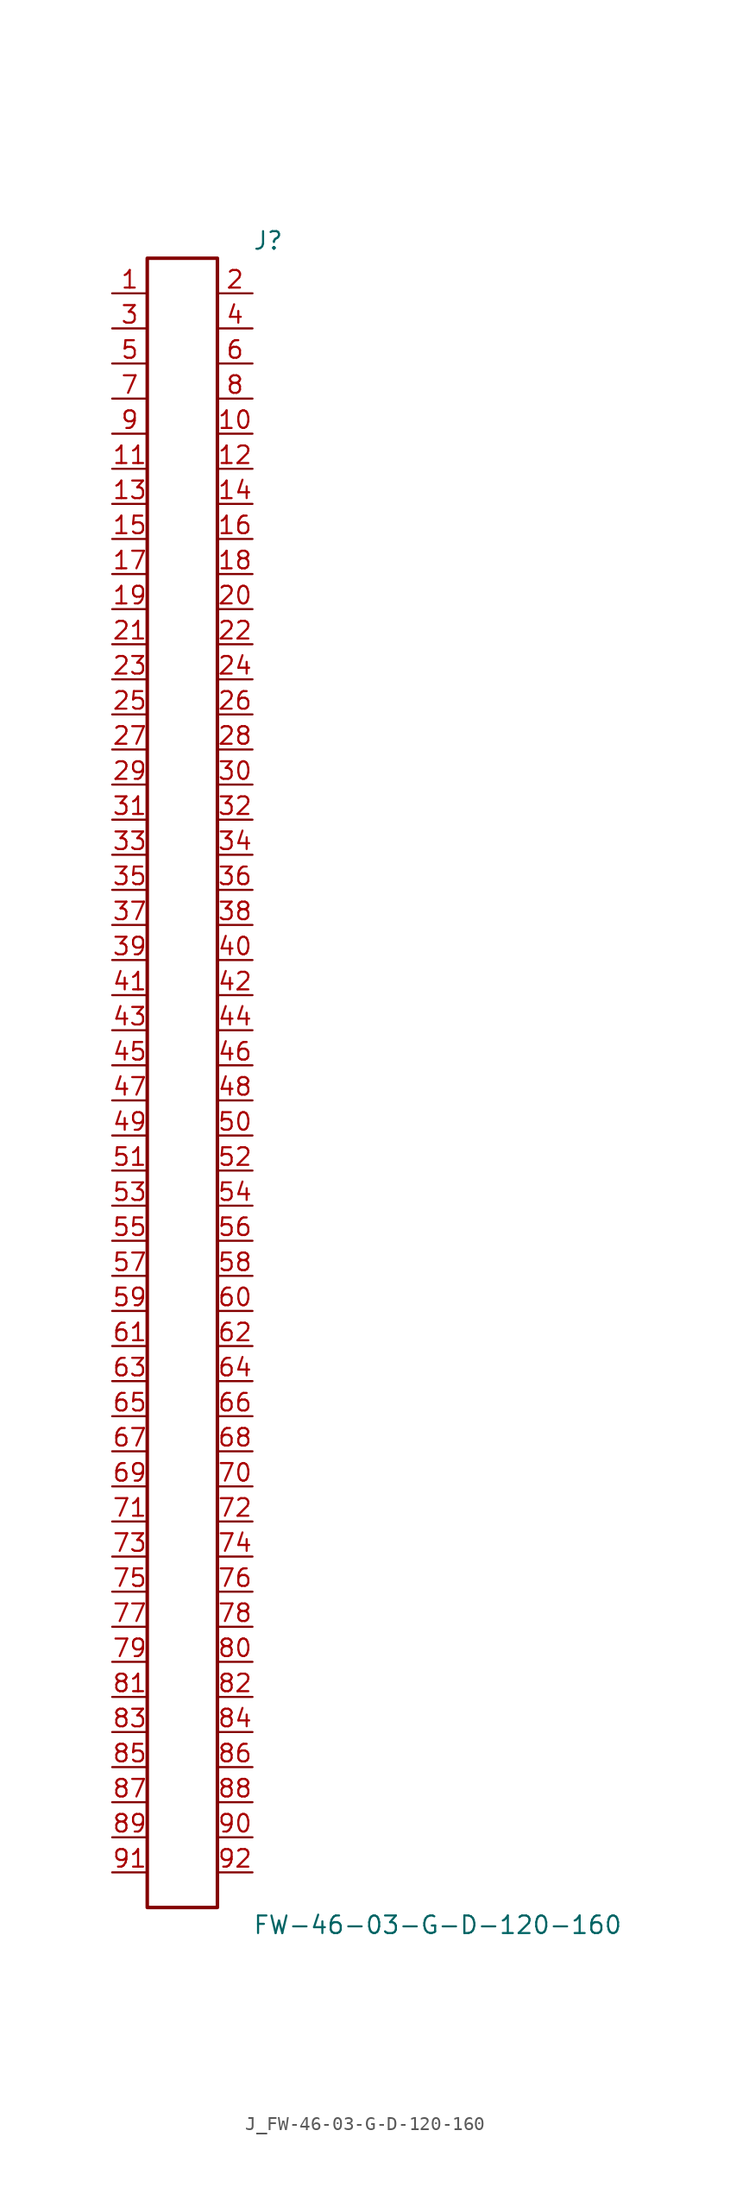
<source format=kicad_sym>
(kicad_symbol_lib
  (version 20231120)
  (generator kicad_symbol_editor)
  (generator_version 8.0)
  (symbol "J_FW-46-03-G-D-120-160"
    (pin_names
      (offset 0.254))
    (property "Reference" "J"
      (at 5.08 60.96 0)
      (effects (font (size 1.27 1.27)) (justify left)))
    (property "Value" "FW-46-03-G-D-120-160"
      (at 5.08 -60.96 0)
      (effects (font (size 1.27 1.27)) (justify left)))
    (symbol "J_FW-46-03-G-D-120-160_0_0"
      (pin passive line (at -5.08 57.15 0) (length 2.54) (name "" (effects (font (size 1.27 1.27)))) (number "1" (effects (font (size 1.27 1.27)))))
      (pin passive line (at 5.08 57.15 180) (length 2.54) (name "" (effects (font (size 1.27 1.27)))) (number "2" (effects (font (size 1.27 1.27)))))
      (pin passive line (at -5.08 54.61 0) (length 2.54) (name "" (effects (font (size 1.27 1.27)))) (number "3" (effects (font (size 1.27 1.27)))))
      (pin passive line (at 5.08 54.61 180) (length 2.54) (name "" (effects (font (size 1.27 1.27)))) (number "4" (effects (font (size 1.27 1.27)))))
      (pin passive line (at -5.08 52.07 0) (length 2.54) (name "" (effects (font (size 1.27 1.27)))) (number "5" (effects (font (size 1.27 1.27)))))
      (pin passive line (at 5.08 52.07 180) (length 2.54) (name "" (effects (font (size 1.27 1.27)))) (number "6" (effects (font (size 1.27 1.27)))))
      (pin passive line (at -5.08 49.53 0) (length 2.54) (name "" (effects (font (size 1.27 1.27)))) (number "7" (effects (font (size 1.27 1.27)))))
      (pin passive line (at 5.08 49.53 180) (length 2.54) (name "" (effects (font (size 1.27 1.27)))) (number "8" (effects (font (size 1.27 1.27)))))
      (pin passive line (at -5.08 46.99 0) (length 2.54) (name "" (effects (font (size 1.27 1.27)))) (number "9" (effects (font (size 1.27 1.27)))))
      (pin passive line (at 5.08 46.99 180) (length 2.54) (name "" (effects (font (size 1.27 1.27)))) (number "10" (effects (font (size 1.27 1.27)))))
      (pin passive line (at -5.08 44.45 0) (length 2.54) (name "" (effects (font (size 1.27 1.27)))) (number "11" (effects (font (size 1.27 1.27)))))
      (pin passive line (at 5.08 44.45 180) (length 2.54) (name "" (effects (font (size 1.27 1.27)))) (number "12" (effects (font (size 1.27 1.27)))))
      (pin passive line (at -5.08 41.91 0) (length 2.54) (name "" (effects (font (size 1.27 1.27)))) (number "13" (effects (font (size 1.27 1.27)))))
      (pin passive line (at 5.08 41.91 180) (length 2.54) (name "" (effects (font (size 1.27 1.27)))) (number "14" (effects (font (size 1.27 1.27)))))
      (pin passive line (at -5.08 39.37 0) (length 2.54) (name "" (effects (font (size 1.27 1.27)))) (number "15" (effects (font (size 1.27 1.27)))))
      (pin passive line (at 5.08 39.37 180) (length 2.54) (name "" (effects (font (size 1.27 1.27)))) (number "16" (effects (font (size 1.27 1.27)))))
      (pin passive line (at -5.08 36.83 0) (length 2.54) (name "" (effects (font (size 1.27 1.27)))) (number "17" (effects (font (size 1.27 1.27)))))
      (pin passive line (at 5.08 36.83 180) (length 2.54) (name "" (effects (font (size 1.27 1.27)))) (number "18" (effects (font (size 1.27 1.27)))))
      (pin passive line (at -5.08 34.29 0) (length 2.54) (name "" (effects (font (size 1.27 1.27)))) (number "19" (effects (font (size 1.27 1.27)))))
      (pin passive line (at 5.08 34.29 180) (length 2.54) (name "" (effects (font (size 1.27 1.27)))) (number "20" (effects (font (size 1.27 1.27)))))
      (pin passive line (at -5.08 31.75 0) (length 2.54) (name "" (effects (font (size 1.27 1.27)))) (number "21" (effects (font (size 1.27 1.27)))))
      (pin passive line (at 5.08 31.75 180) (length 2.54) (name "" (effects (font (size 1.27 1.27)))) (number "22" (effects (font (size 1.27 1.27)))))
      (pin passive line (at -5.08 29.21 0) (length 2.54) (name "" (effects (font (size 1.27 1.27)))) (number "23" (effects (font (size 1.27 1.27)))))
      (pin passive line (at 5.08 29.21 180) (length 2.54) (name "" (effects (font (size 1.27 1.27)))) (number "24" (effects (font (size 1.27 1.27)))))
      (pin passive line (at -5.08 26.67 0) (length 2.54) (name "" (effects (font (size 1.27 1.27)))) (number "25" (effects (font (size 1.27 1.27)))))
      (pin passive line (at 5.08 26.67 180) (length 2.54) (name "" (effects (font (size 1.27 1.27)))) (number "26" (effects (font (size 1.27 1.27)))))
      (pin passive line (at -5.08 24.13 0) (length 2.54) (name "" (effects (font (size 1.27 1.27)))) (number "27" (effects (font (size 1.27 1.27)))))
      (pin passive line (at 5.08 24.13 180) (length 2.54) (name "" (effects (font (size 1.27 1.27)))) (number "28" (effects (font (size 1.27 1.27)))))
      (pin passive line (at -5.08 21.59 0) (length 2.54) (name "" (effects (font (size 1.27 1.27)))) (number "29" (effects (font (size 1.27 1.27)))))
      (pin passive line (at 5.08 21.59 180) (length 2.54) (name "" (effects (font (size 1.27 1.27)))) (number "30" (effects (font (size 1.27 1.27)))))
      (pin passive line (at -5.08 19.05 0) (length 2.54) (name "" (effects (font (size 1.27 1.27)))) (number "31" (effects (font (size 1.27 1.27)))))
      (pin passive line (at 5.08 19.05 180) (length 2.54) (name "" (effects (font (size 1.27 1.27)))) (number "32" (effects (font (size 1.27 1.27)))))
      (pin passive line (at -5.08 16.51 0) (length 2.54) (name "" (effects (font (size 1.27 1.27)))) (number "33" (effects (font (size 1.27 1.27)))))
      (pin passive line (at 5.08 16.51 180) (length 2.54) (name "" (effects (font (size 1.27 1.27)))) (number "34" (effects (font (size 1.27 1.27)))))
      (pin passive line (at -5.08 13.97 0) (length 2.54) (name "" (effects (font (size 1.27 1.27)))) (number "35" (effects (font (size 1.27 1.27)))))
      (pin passive line (at 5.08 13.97 180) (length 2.54) (name "" (effects (font (size 1.27 1.27)))) (number "36" (effects (font (size 1.27 1.27)))))
      (pin passive line (at -5.08 11.43 0) (length 2.54) (name "" (effects (font (size 1.27 1.27)))) (number "37" (effects (font (size 1.27 1.27)))))
      (pin passive line (at 5.08 11.43 180) (length 2.54) (name "" (effects (font (size 1.27 1.27)))) (number "38" (effects (font (size 1.27 1.27)))))
      (pin passive line (at -5.08 8.89 0) (length 2.54) (name "" (effects (font (size 1.27 1.27)))) (number "39" (effects (font (size 1.27 1.27)))))
      (pin passive line (at 5.08 8.89 180) (length 2.54) (name "" (effects (font (size 1.27 1.27)))) (number "40" (effects (font (size 1.27 1.27)))))
      (pin passive line (at -5.08 6.35 0) (length 2.54) (name "" (effects (font (size 1.27 1.27)))) (number "41" (effects (font (size 1.27 1.27)))))
      (pin passive line (at 5.08 6.35 180) (length 2.54) (name "" (effects (font (size 1.27 1.27)))) (number "42" (effects (font (size 1.27 1.27)))))
      (pin passive line (at -5.08 3.81 0) (length 2.54) (name "" (effects (font (size 1.27 1.27)))) (number "43" (effects (font (size 1.27 1.27)))))
      (pin passive line (at 5.08 3.81 180) (length 2.54) (name "" (effects (font (size 1.27 1.27)))) (number "44" (effects (font (size 1.27 1.27)))))
      (pin passive line (at -5.08 1.27 0) (length 2.54) (name "" (effects (font (size 1.27 1.27)))) (number "45" (effects (font (size 1.27 1.27)))))
      (pin passive line (at 5.08 1.27 180) (length 2.54) (name "" (effects (font (size 1.27 1.27)))) (number "46" (effects (font (size 1.27 1.27)))))
      (pin passive line (at -5.08 -1.27 0) (length 2.54) (name "" (effects (font (size 1.27 1.27)))) (number "47" (effects (font (size 1.27 1.27)))))
      (pin passive line (at 5.08 -1.27 180) (length 2.54) (name "" (effects (font (size 1.27 1.27)))) (number "48" (effects (font (size 1.27 1.27)))))
      (pin passive line (at -5.08 -3.81 0) (length 2.54) (name "" (effects (font (size 1.27 1.27)))) (number "49" (effects (font (size 1.27 1.27)))))
      (pin passive line (at 5.08 -3.81 180) (length 2.54) (name "" (effects (font (size 1.27 1.27)))) (number "50" (effects (font (size 1.27 1.27)))))
      (pin passive line (at -5.08 -6.35 0) (length 2.54) (name "" (effects (font (size 1.27 1.27)))) (number "51" (effects (font (size 1.27 1.27)))))
      (pin passive line (at 5.08 -6.35 180) (length 2.54) (name "" (effects (font (size 1.27 1.27)))) (number "52" (effects (font (size 1.27 1.27)))))
      (pin passive line (at -5.08 -8.89 0) (length 2.54) (name "" (effects (font (size 1.27 1.27)))) (number "53" (effects (font (size 1.27 1.27)))))
      (pin passive line (at 5.08 -8.89 180) (length 2.54) (name "" (effects (font (size 1.27 1.27)))) (number "54" (effects (font (size 1.27 1.27)))))
      (pin passive line (at -5.08 -11.43 0) (length 2.54) (name "" (effects (font (size 1.27 1.27)))) (number "55" (effects (font (size 1.27 1.27)))))
      (pin passive line (at 5.08 -11.43 180) (length 2.54) (name "" (effects (font (size 1.27 1.27)))) (number "56" (effects (font (size 1.27 1.27)))))
      (pin passive line (at -5.08 -13.97 0) (length 2.54) (name "" (effects (font (size 1.27 1.27)))) (number "57" (effects (font (size 1.27 1.27)))))
      (pin passive line (at 5.08 -13.97 180) (length 2.54) (name "" (effects (font (size 1.27 1.27)))) (number "58" (effects (font (size 1.27 1.27)))))
      (pin passive line (at -5.08 -16.51 0) (length 2.54) (name "" (effects (font (size 1.27 1.27)))) (number "59" (effects (font (size 1.27 1.27)))))
      (pin passive line (at 5.08 -16.51 180) (length 2.54) (name "" (effects (font (size 1.27 1.27)))) (number "60" (effects (font (size 1.27 1.27)))))
      (pin passive line (at -5.08 -19.05 0) (length 2.54) (name "" (effects (font (size 1.27 1.27)))) (number "61" (effects (font (size 1.27 1.27)))))
      (pin passive line (at 5.08 -19.05 180) (length 2.54) (name "" (effects (font (size 1.27 1.27)))) (number "62" (effects (font (size 1.27 1.27)))))
      (pin passive line (at -5.08 -21.59 0) (length 2.54) (name "" (effects (font (size 1.27 1.27)))) (number "63" (effects (font (size 1.27 1.27)))))
      (pin passive line (at 5.08 -21.59 180) (length 2.54) (name "" (effects (font (size 1.27 1.27)))) (number "64" (effects (font (size 1.27 1.27)))))
      (pin passive line (at -5.08 -24.13 0) (length 2.54) (name "" (effects (font (size 1.27 1.27)))) (number "65" (effects (font (size 1.27 1.27)))))
      (pin passive line (at 5.08 -24.13 180) (length 2.54) (name "" (effects (font (size 1.27 1.27)))) (number "66" (effects (font (size 1.27 1.27)))))
      (pin passive line (at -5.08 -26.67 0) (length 2.54) (name "" (effects (font (size 1.27 1.27)))) (number "67" (effects (font (size 1.27 1.27)))))
      (pin passive line (at 5.08 -26.67 180) (length 2.54) (name "" (effects (font (size 1.27 1.27)))) (number "68" (effects (font (size 1.27 1.27)))))
      (pin passive line (at -5.08 -29.21 0) (length 2.54) (name "" (effects (font (size 1.27 1.27)))) (number "69" (effects (font (size 1.27 1.27)))))
      (pin passive line (at 5.08 -29.21 180) (length 2.54) (name "" (effects (font (size 1.27 1.27)))) (number "70" (effects (font (size 1.27 1.27)))))
      (pin passive line (at -5.08 -31.75 0) (length 2.54) (name "" (effects (font (size 1.27 1.27)))) (number "71" (effects (font (size 1.27 1.27)))))
      (pin passive line (at 5.08 -31.75 180) (length 2.54) (name "" (effects (font (size 1.27 1.27)))) (number "72" (effects (font (size 1.27 1.27)))))
      (pin passive line (at -5.08 -34.29 0) (length 2.54) (name "" (effects (font (size 1.27 1.27)))) (number "73" (effects (font (size 1.27 1.27)))))
      (pin passive line (at 5.08 -34.29 180) (length 2.54) (name "" (effects (font (size 1.27 1.27)))) (number "74" (effects (font (size 1.27 1.27)))))
      (pin passive line (at -5.08 -36.83 0) (length 2.54) (name "" (effects (font (size 1.27 1.27)))) (number "75" (effects (font (size 1.27 1.27)))))
      (pin passive line (at 5.08 -36.83 180) (length 2.54) (name "" (effects (font (size 1.27 1.27)))) (number "76" (effects (font (size 1.27 1.27)))))
      (pin passive line (at -5.08 -39.37 0) (length 2.54) (name "" (effects (font (size 1.27 1.27)))) (number "77" (effects (font (size 1.27 1.27)))))
      (pin passive line (at 5.08 -39.37 180) (length 2.54) (name "" (effects (font (size 1.27 1.27)))) (number "78" (effects (font (size 1.27 1.27)))))
      (pin passive line (at -5.08 -41.91 0) (length 2.54) (name "" (effects (font (size 1.27 1.27)))) (number "79" (effects (font (size 1.27 1.27)))))
      (pin passive line (at 5.08 -41.91 180) (length 2.54) (name "" (effects (font (size 1.27 1.27)))) (number "80" (effects (font (size 1.27 1.27)))))
      (pin passive line (at -5.08 -44.45 0) (length 2.54) (name "" (effects (font (size 1.27 1.27)))) (number "81" (effects (font (size 1.27 1.27)))))
      (pin passive line (at 5.08 -44.45 180) (length 2.54) (name "" (effects (font (size 1.27 1.27)))) (number "82" (effects (font (size 1.27 1.27)))))
      (pin passive line (at -5.08 -46.99 0) (length 2.54) (name "" (effects (font (size 1.27 1.27)))) (number "83" (effects (font (size 1.27 1.27)))))
      (pin passive line (at 5.08 -46.99 180) (length 2.54) (name "" (effects (font (size 1.27 1.27)))) (number "84" (effects (font (size 1.27 1.27)))))
      (pin passive line (at -5.08 -49.53 0) (length 2.54) (name "" (effects (font (size 1.27 1.27)))) (number "85" (effects (font (size 1.27 1.27)))))
      (pin passive line (at 5.08 -49.53 180) (length 2.54) (name "" (effects (font (size 1.27 1.27)))) (number "86" (effects (font (size 1.27 1.27)))))
      (pin passive line (at -5.08 -52.07 0) (length 2.54) (name "" (effects (font (size 1.27 1.27)))) (number "87" (effects (font (size 1.27 1.27)))))
      (pin passive line (at 5.08 -52.07 180) (length 2.54) (name "" (effects (font (size 1.27 1.27)))) (number "88" (effects (font (size 1.27 1.27)))))
      (pin passive line (at -5.08 -54.61 0) (length 2.54) (name "" (effects (font (size 1.27 1.27)))) (number "89" (effects (font (size 1.27 1.27)))))
      (pin passive line (at 5.08 -54.61 180) (length 2.54) (name "" (effects (font (size 1.27 1.27)))) (number "90" (effects (font (size 1.27 1.27)))))
      (pin passive line (at -5.08 -57.15 0) (length 2.54) (name "" (effects (font (size 1.27 1.27)))) (number "91" (effects (font (size 1.27 1.27)))))
      (pin passive line (at 5.08 -57.15 180) (length 2.54) (name "" (effects (font (size 1.27 1.27)))) (number "92" (effects (font (size 1.27 1.27))))))
    (symbol "J_FW-46-03-G-D-120-160_1_0"
      (rectangle (start -2.54 59.69) (end 2.54 -59.69) (stroke (width 0.254) (type solid)) (fill (type none))))))
</source>
